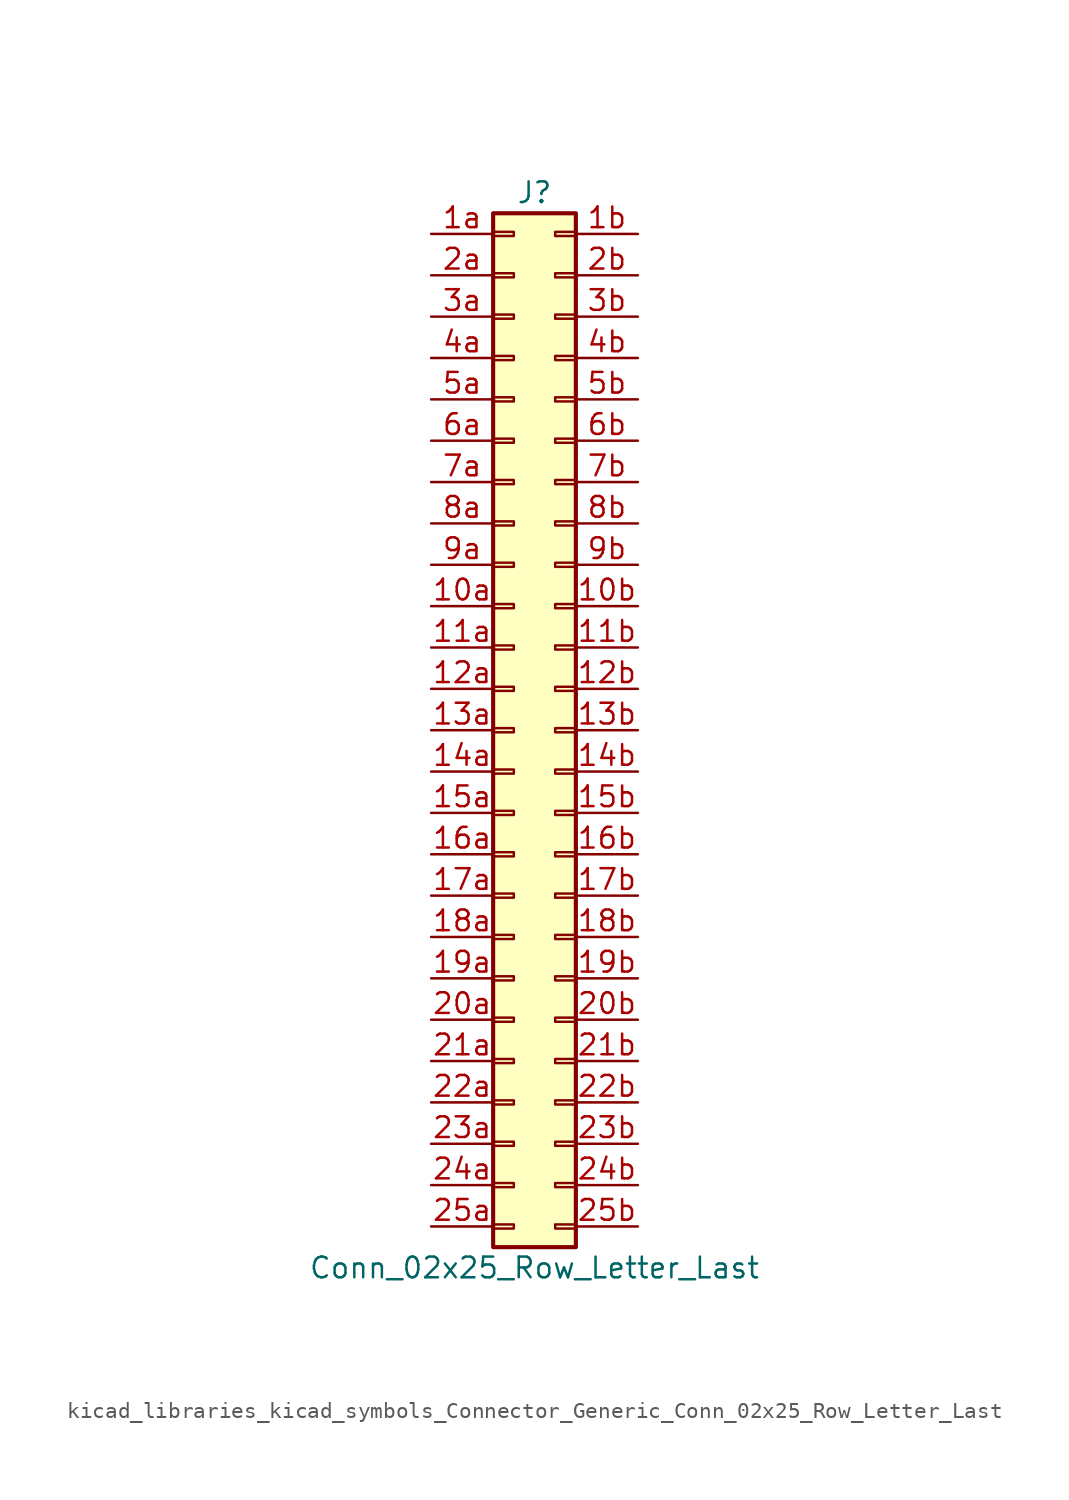
<source format=kicad_sym>
(kicad_symbol_lib
  (version 20220914)
  (generator kicad_symbol_editor)
  (symbol "kicad_libraries_kicad_symbols_Connector_Generic_Conn_02x25_Row_Letter_Last"
    (pin_names
      (offset 1.016) hide)
    (property "Reference" "J"
      (at 1.27 33.02 0)
      (effects (font (size 1.27 1.27))))
    (property "Value" "Conn_02x25_Row_Letter_Last"
      (at 1.27 -33.02 0)
      (effects (font (size 1.27 1.27))))
    (symbol "kicad_libraries_kicad_symbols_Connector_Generic_Conn_02x25_Row_Letter_Last_1_1"
      (rectangle (start -1.27 -30.353) (end 0 -30.607) (stroke (width 0.152) (type default)) (fill (type none)))
      (rectangle (start -1.27 -27.813) (end 0 -28.067) (stroke (width 0.152) (type default)) (fill (type none)))
      (rectangle (start -1.27 -25.273) (end 0 -25.527) (stroke (width 0.152) (type default)) (fill (type none)))
      (rectangle (start -1.27 -22.733) (end 0 -22.987) (stroke (width 0.152) (type default)) (fill (type none)))
      (rectangle (start -1.27 -20.193) (end 0 -20.447) (stroke (width 0.152) (type default)) (fill (type none)))
      (rectangle (start -1.27 -17.653) (end 0 -17.907) (stroke (width 0.152) (type default)) (fill (type none)))
      (rectangle (start -1.27 -15.113) (end 0 -15.367) (stroke (width 0.152) (type default)) (fill (type none)))
      (rectangle (start -1.27 -12.573) (end 0 -12.827) (stroke (width 0.152) (type default)) (fill (type none)))
      (rectangle (start -1.27 -10.033) (end 0 -10.287) (stroke (width 0.152) (type default)) (fill (type none)))
      (rectangle (start -1.27 -7.493) (end 0 -7.747) (stroke (width 0.152) (type default)) (fill (type none)))
      (rectangle (start -1.27 -4.953) (end 0 -5.207) (stroke (width 0.152) (type default)) (fill (type none)))
      (rectangle (start -1.27 -2.413) (end 0 -2.667) (stroke (width 0.152) (type default)) (fill (type none)))
      (rectangle (start -1.27 0.127) (end 0 -0.127) (stroke (width 0.152) (type default)) (fill (type none)))
      (rectangle (start -1.27 2.667) (end 0 2.413) (stroke (width 0.152) (type default)) (fill (type none)))
      (rectangle (start -1.27 5.207) (end 0 4.953) (stroke (width 0.152) (type default)) (fill (type none)))
      (rectangle (start -1.27 7.747) (end 0 7.493) (stroke (width 0.152) (type default)) (fill (type none)))
      (rectangle (start -1.27 10.287) (end 0 10.033) (stroke (width 0.152) (type default)) (fill (type none)))
      (rectangle (start -1.27 12.827) (end 0 12.573) (stroke (width 0.152) (type default)) (fill (type none)))
      (rectangle (start -1.27 15.367) (end 0 15.113) (stroke (width 0.152) (type default)) (fill (type none)))
      (rectangle (start -1.27 17.907) (end 0 17.653) (stroke (width 0.152) (type default)) (fill (type none)))
      (rectangle (start -1.27 20.447) (end 0 20.193) (stroke (width 0.152) (type default)) (fill (type none)))
      (rectangle (start -1.27 22.987) (end 0 22.733) (stroke (width 0.152) (type default)) (fill (type none)))
      (rectangle (start -1.27 25.527) (end 0 25.273) (stroke (width 0.152) (type default)) (fill (type none)))
      (rectangle (start -1.27 28.067) (end 0 27.813) (stroke (width 0.152) (type default)) (fill (type none)))
      (rectangle (start -1.27 30.607) (end 0 30.353) (stroke (width 0.152) (type default)) (fill (type none)))
      (rectangle (start -1.27 31.75) (end 3.81 -31.75) (stroke (width 0.254) (type default)) (fill (type background)))
      (rectangle (start 3.81 -30.353) (end 2.54 -30.607) (stroke (width 0.152) (type default)) (fill (type none)))
      (rectangle (start 3.81 -27.813) (end 2.54 -28.067) (stroke (width 0.152) (type default)) (fill (type none)))
      (rectangle (start 3.81 -25.273) (end 2.54 -25.527) (stroke (width 0.152) (type default)) (fill (type none)))
      (rectangle (start 3.81 -22.733) (end 2.54 -22.987) (stroke (width 0.152) (type default)) (fill (type none)))
      (rectangle (start 3.81 -20.193) (end 2.54 -20.447) (stroke (width 0.152) (type default)) (fill (type none)))
      (rectangle (start 3.81 -17.653) (end 2.54 -17.907) (stroke (width 0.152) (type default)) (fill (type none)))
      (rectangle (start 3.81 -15.113) (end 2.54 -15.367) (stroke (width 0.152) (type default)) (fill (type none)))
      (rectangle (start 3.81 -12.573) (end 2.54 -12.827) (stroke (width 0.152) (type default)) (fill (type none)))
      (rectangle (start 3.81 -10.033) (end 2.54 -10.287) (stroke (width 0.152) (type default)) (fill (type none)))
      (rectangle (start 3.81 -7.493) (end 2.54 -7.747) (stroke (width 0.152) (type default)) (fill (type none)))
      (rectangle (start 3.81 -4.953) (end 2.54 -5.207) (stroke (width 0.152) (type default)) (fill (type none)))
      (rectangle (start 3.81 -2.413) (end 2.54 -2.667) (stroke (width 0.152) (type default)) (fill (type none)))
      (rectangle (start 3.81 0.127) (end 2.54 -0.127) (stroke (width 0.152) (type default)) (fill (type none)))
      (rectangle (start 3.81 2.667) (end 2.54 2.413) (stroke (width 0.152) (type default)) (fill (type none)))
      (rectangle (start 3.81 5.207) (end 2.54 4.953) (stroke (width 0.152) (type default)) (fill (type none)))
      (rectangle (start 3.81 7.747) (end 2.54 7.493) (stroke (width 0.152) (type default)) (fill (type none)))
      (rectangle (start 3.81 10.287) (end 2.54 10.033) (stroke (width 0.152) (type default)) (fill (type none)))
      (rectangle (start 3.81 12.827) (end 2.54 12.573) (stroke (width 0.152) (type default)) (fill (type none)))
      (rectangle (start 3.81 15.367) (end 2.54 15.113) (stroke (width 0.152) (type default)) (fill (type none)))
      (rectangle (start 3.81 17.907) (end 2.54 17.653) (stroke (width 0.152) (type default)) (fill (type none)))
      (rectangle (start 3.81 20.447) (end 2.54 20.193) (stroke (width 0.152) (type default)) (fill (type none)))
      (rectangle (start 3.81 22.987) (end 2.54 22.733) (stroke (width 0.152) (type default)) (fill (type none)))
      (rectangle (start 3.81 25.527) (end 2.54 25.273) (stroke (width 0.152) (type default)) (fill (type none)))
      (rectangle (start 3.81 28.067) (end 2.54 27.813) (stroke (width 0.152) (type default)) (fill (type none)))
      (rectangle (start 3.81 30.607) (end 2.54 30.353) (stroke (width 0.152) (type default)) (fill (type none)))
      (pin passive line (at -5.08 7.62 0) (length 3.81) (name "Pin_10a" (effects (font (size 1.27 1.27)))) (number "10a" (effects (font (size 1.27 1.27)))))
      (pin passive line (at 7.62 7.62 180) (length 3.81) (name "Pin_10b" (effects (font (size 1.27 1.27)))) (number "10b" (effects (font (size 1.27 1.27)))))
      (pin passive line (at -5.08 5.08 0) (length 3.81) (name "Pin_11a" (effects (font (size 1.27 1.27)))) (number "11a" (effects (font (size 1.27 1.27)))))
      (pin passive line (at 7.62 5.08 180) (length 3.81) (name "Pin_11b" (effects (font (size 1.27 1.27)))) (number "11b" (effects (font (size 1.27 1.27)))))
      (pin passive line (at -5.08 2.54 0) (length 3.81) (name "Pin_12a" (effects (font (size 1.27 1.27)))) (number "12a" (effects (font (size 1.27 1.27)))))
      (pin passive line (at 7.62 2.54 180) (length 3.81) (name "Pin_12b" (effects (font (size 1.27 1.27)))) (number "12b" (effects (font (size 1.27 1.27)))))
      (pin passive line (at -5.08 0 0) (length 3.81) (name "Pin_13a" (effects (font (size 1.27 1.27)))) (number "13a" (effects (font (size 1.27 1.27)))))
      (pin passive line (at 7.62 0 180) (length 3.81) (name "Pin_13b" (effects (font (size 1.27 1.27)))) (number "13b" (effects (font (size 1.27 1.27)))))
      (pin passive line (at -5.08 -2.54 0) (length 3.81) (name "Pin_14a" (effects (font (size 1.27 1.27)))) (number "14a" (effects (font (size 1.27 1.27)))))
      (pin passive line (at 7.62 -2.54 180) (length 3.81) (name "Pin_14b" (effects (font (size 1.27 1.27)))) (number "14b" (effects (font (size 1.27 1.27)))))
      (pin passive line (at -5.08 -5.08 0) (length 3.81) (name "Pin_15a" (effects (font (size 1.27 1.27)))) (number "15a" (effects (font (size 1.27 1.27)))))
      (pin passive line (at 7.62 -5.08 180) (length 3.81) (name "Pin_15b" (effects (font (size 1.27 1.27)))) (number "15b" (effects (font (size 1.27 1.27)))))
      (pin passive line (at -5.08 -7.62 0) (length 3.81) (name "Pin_16a" (effects (font (size 1.27 1.27)))) (number "16a" (effects (font (size 1.27 1.27)))))
      (pin passive line (at 7.62 -7.62 180) (length 3.81) (name "Pin_16b" (effects (font (size 1.27 1.27)))) (number "16b" (effects (font (size 1.27 1.27)))))
      (pin passive line (at -5.08 -10.16 0) (length 3.81) (name "Pin_17a" (effects (font (size 1.27 1.27)))) (number "17a" (effects (font (size 1.27 1.27)))))
      (pin passive line (at 7.62 -10.16 180) (length 3.81) (name "Pin_17b" (effects (font (size 1.27 1.27)))) (number "17b" (effects (font (size 1.27 1.27)))))
      (pin passive line (at -5.08 -12.7 0) (length 3.81) (name "Pin_18a" (effects (font (size 1.27 1.27)))) (number "18a" (effects (font (size 1.27 1.27)))))
      (pin passive line (at 7.62 -12.7 180) (length 3.81) (name "Pin_18b" (effects (font (size 1.27 1.27)))) (number "18b" (effects (font (size 1.27 1.27)))))
      (pin passive line (at -5.08 -15.24 0) (length 3.81) (name "Pin_19a" (effects (font (size 1.27 1.27)))) (number "19a" (effects (font (size 1.27 1.27)))))
      (pin passive line (at 7.62 -15.24 180) (length 3.81) (name "Pin_19b" (effects (font (size 1.27 1.27)))) (number "19b" (effects (font (size 1.27 1.27)))))
      (pin passive line (at -5.08 30.48 0) (length 3.81) (name "Pin_1a" (effects (font (size 1.27 1.27)))) (number "1a" (effects (font (size 1.27 1.27)))))
      (pin passive line (at 7.62 30.48 180) (length 3.81) (name "Pin_1b" (effects (font (size 1.27 1.27)))) (number "1b" (effects (font (size 1.27 1.27)))))
      (pin passive line (at -5.08 -17.78 0) (length 3.81) (name "Pin_20a" (effects (font (size 1.27 1.27)))) (number "20a" (effects (font (size 1.27 1.27)))))
      (pin passive line (at 7.62 -17.78 180) (length 3.81) (name "Pin_20b" (effects (font (size 1.27 1.27)))) (number "20b" (effects (font (size 1.27 1.27)))))
      (pin passive line (at -5.08 -20.32 0) (length 3.81) (name "Pin_21a" (effects (font (size 1.27 1.27)))) (number "21a" (effects (font (size 1.27 1.27)))))
      (pin passive line (at 7.62 -20.32 180) (length 3.81) (name "Pin_21b" (effects (font (size 1.27 1.27)))) (number "21b" (effects (font (size 1.27 1.27)))))
      (pin passive line (at -5.08 -22.86 0) (length 3.81) (name "Pin_22a" (effects (font (size 1.27 1.27)))) (number "22a" (effects (font (size 1.27 1.27)))))
      (pin passive line (at 7.62 -22.86 180) (length 3.81) (name "Pin_22b" (effects (font (size 1.27 1.27)))) (number "22b" (effects (font (size 1.27 1.27)))))
      (pin passive line (at -5.08 -25.4 0) (length 3.81) (name "Pin_23a" (effects (font (size 1.27 1.27)))) (number "23a" (effects (font (size 1.27 1.27)))))
      (pin passive line (at 7.62 -25.4 180) (length 3.81) (name "Pin_23b" (effects (font (size 1.27 1.27)))) (number "23b" (effects (font (size 1.27 1.27)))))
      (pin passive line (at -5.08 -27.94 0) (length 3.81) (name "Pin_24a" (effects (font (size 1.27 1.27)))) (number "24a" (effects (font (size 1.27 1.27)))))
      (pin passive line (at 7.62 -27.94 180) (length 3.81) (name "Pin_24b" (effects (font (size 1.27 1.27)))) (number "24b" (effects (font (size 1.27 1.27)))))
      (pin passive line (at -5.08 -30.48 0) (length 3.81) (name "Pin_25a" (effects (font (size 1.27 1.27)))) (number "25a" (effects (font (size 1.27 1.27)))))
      (pin passive line (at 7.62 -30.48 180) (length 3.81) (name "Pin_25b" (effects (font (size 1.27 1.27)))) (number "25b" (effects (font (size 1.27 1.27)))))
      (pin passive line (at -5.08 27.94 0) (length 3.81) (name "Pin_2a" (effects (font (size 1.27 1.27)))) (number "2a" (effects (font (size 1.27 1.27)))))
      (pin passive line (at 7.62 27.94 180) (length 3.81) (name "Pin_2b" (effects (font (size 1.27 1.27)))) (number "2b" (effects (font (size 1.27 1.27)))))
      (pin passive line (at -5.08 25.4 0) (length 3.81) (name "Pin_3a" (effects (font (size 1.27 1.27)))) (number "3a" (effects (font (size 1.27 1.27)))))
      (pin passive line (at 7.62 25.4 180) (length 3.81) (name "Pin_3b" (effects (font (size 1.27 1.27)))) (number "3b" (effects (font (size 1.27 1.27)))))
      (pin passive line (at -5.08 22.86 0) (length 3.81) (name "Pin_4a" (effects (font (size 1.27 1.27)))) (number "4a" (effects (font (size 1.27 1.27)))))
      (pin passive line (at 7.62 22.86 180) (length 3.81) (name "Pin_4b" (effects (font (size 1.27 1.27)))) (number "4b" (effects (font (size 1.27 1.27)))))
      (pin passive line (at -5.08 20.32 0) (length 3.81) (name "Pin_5a" (effects (font (size 1.27 1.27)))) (number "5a" (effects (font (size 1.27 1.27)))))
      (pin passive line (at 7.62 20.32 180) (length 3.81) (name "Pin_5b" (effects (font (size 1.27 1.27)))) (number "5b" (effects (font (size 1.27 1.27)))))
      (pin passive line (at -5.08 17.78 0) (length 3.81) (name "Pin_6a" (effects (font (size 1.27 1.27)))) (number "6a" (effects (font (size 1.27 1.27)))))
      (pin passive line (at 7.62 17.78 180) (length 3.81) (name "Pin_6b" (effects (font (size 1.27 1.27)))) (number "6b" (effects (font (size 1.27 1.27)))))
      (pin passive line (at -5.08 15.24 0) (length 3.81) (name "Pin_7a" (effects (font (size 1.27 1.27)))) (number "7a" (effects (font (size 1.27 1.27)))))
      (pin passive line (at 7.62 15.24 180) (length 3.81) (name "Pin_7b" (effects (font (size 1.27 1.27)))) (number "7b" (effects (font (size 1.27 1.27)))))
      (pin passive line (at -5.08 12.7 0) (length 3.81) (name "Pin_8a" (effects (font (size 1.27 1.27)))) (number "8a" (effects (font (size 1.27 1.27)))))
      (pin passive line (at 7.62 12.7 180) (length 3.81) (name "Pin_8b" (effects (font (size 1.27 1.27)))) (number "8b" (effects (font (size 1.27 1.27)))))
      (pin passive line (at -5.08 10.16 0) (length 3.81) (name "Pin_9a" (effects (font (size 1.27 1.27)))) (number "9a" (effects (font (size 1.27 1.27)))))
      (pin passive line (at 7.62 10.16 180) (length 3.81) (name "Pin_9b" (effects (font (size 1.27 1.27)))) (number "9b" (effects (font (size 1.27 1.27))))))))
</source>
